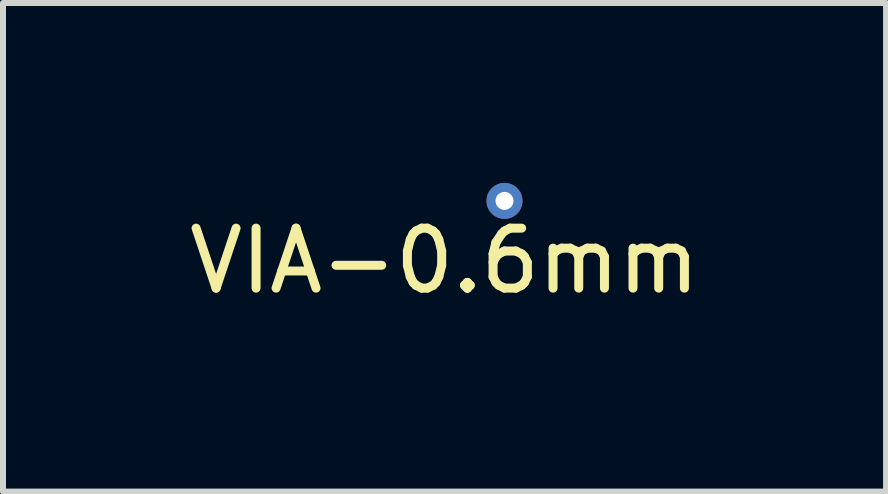
<source format=kicad_pcb>
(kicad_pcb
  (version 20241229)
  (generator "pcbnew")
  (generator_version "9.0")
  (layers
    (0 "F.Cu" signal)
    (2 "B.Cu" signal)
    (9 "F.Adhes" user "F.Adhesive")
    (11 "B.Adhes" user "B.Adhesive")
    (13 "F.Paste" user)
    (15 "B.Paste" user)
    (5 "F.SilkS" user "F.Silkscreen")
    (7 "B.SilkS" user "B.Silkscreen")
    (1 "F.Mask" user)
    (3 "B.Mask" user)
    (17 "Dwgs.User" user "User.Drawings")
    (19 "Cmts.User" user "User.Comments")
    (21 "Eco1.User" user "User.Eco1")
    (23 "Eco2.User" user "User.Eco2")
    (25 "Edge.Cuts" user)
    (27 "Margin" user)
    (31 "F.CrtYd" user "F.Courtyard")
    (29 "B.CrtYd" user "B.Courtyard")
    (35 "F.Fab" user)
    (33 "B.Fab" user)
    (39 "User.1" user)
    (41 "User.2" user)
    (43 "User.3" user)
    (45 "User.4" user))
  (footprint "VIA-0.6mm"
    (layer "F.Cu")
    (at 5.363 0.3)
    (property "Reference" "VIA-0.6mm" (at -1 1 0) (layer "F.SilkS") (effects (font (size 1 1) (thickness 0.15))))
    (attr through_hole)
    (pad "1" thru_hole circle (at 0 0) (size 0.6 0.6) (drill 0.3) (layers "*.Cu")))
  (gr_rect
    (start -3 -3)
    (end 11.726 5.148)
    (stroke (width 0.1) (type default))
    (fill no)
    (layer "Edge.Cuts")))
</source>
